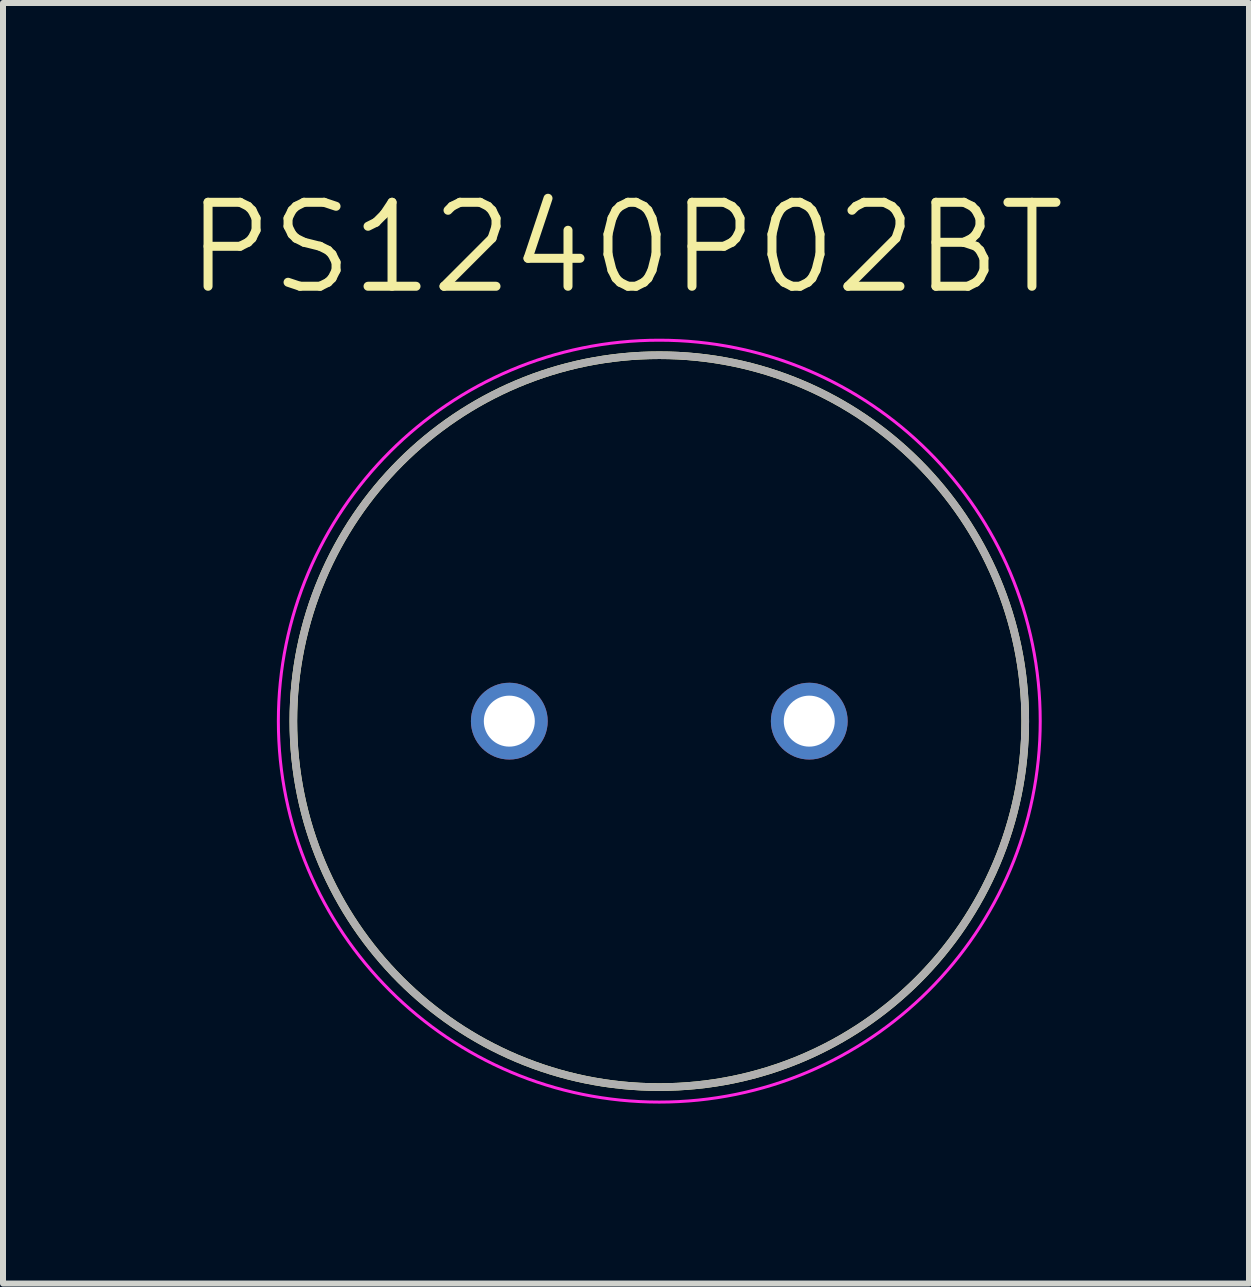
<source format=kicad_pcb>
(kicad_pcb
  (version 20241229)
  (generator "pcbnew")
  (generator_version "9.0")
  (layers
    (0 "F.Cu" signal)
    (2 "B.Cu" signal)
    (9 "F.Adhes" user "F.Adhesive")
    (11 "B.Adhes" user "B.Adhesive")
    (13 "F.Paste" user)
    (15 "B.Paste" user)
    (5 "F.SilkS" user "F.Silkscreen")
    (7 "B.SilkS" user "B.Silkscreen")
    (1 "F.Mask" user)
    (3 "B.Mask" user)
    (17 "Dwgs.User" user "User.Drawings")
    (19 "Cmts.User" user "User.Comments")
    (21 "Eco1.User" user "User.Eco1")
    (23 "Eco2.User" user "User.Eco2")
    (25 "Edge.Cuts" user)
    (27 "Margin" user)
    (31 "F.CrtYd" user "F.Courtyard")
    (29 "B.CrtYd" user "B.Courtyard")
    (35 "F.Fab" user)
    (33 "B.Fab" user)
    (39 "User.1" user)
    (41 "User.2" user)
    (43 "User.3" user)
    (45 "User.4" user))
  (footprint "PS1240P02BT"
    (layer "F.Cu")
    (at 7.94 8.971)
    (property "Reference" "PS1240P02BT" (at -0.555 -7.889 0) (layer "F.SilkS") (effects (font (size 1.4 1.4) (thickness 0.15))))
    (attr through_hole)
    (fp_circle (center 0 0) (end 6.1 0) (stroke (width 0.127) (type solid)) (fill no) (layer "F.SilkS"))
    (fp_circle (center 0 0) (end 6.35 0) (stroke (width 0.05) (type solid)) (fill no) (layer "F.CrtYd"))
    (fp_circle (center 0 0) (end 6.1 0) (stroke (width 0.127) (type solid)) (fill no) (layer "F.Fab"))
    (pad "1" thru_hole circle (at -2.5 0) (size 1.28 1.28) (drill 0.85) (layers "*.Cu" "*.Mask"))
    (pad "2" thru_hole circle (at 2.5 0) (size 1.28 1.28) (drill 0.85) (layers "*.Cu" "*.Mask")))
  (gr_rect
    (start -3 -3)
    (end 17.77 18.346)
    (stroke (width 0.1) (type default))
    (fill no)
    (layer "Edge.Cuts")))
</source>
